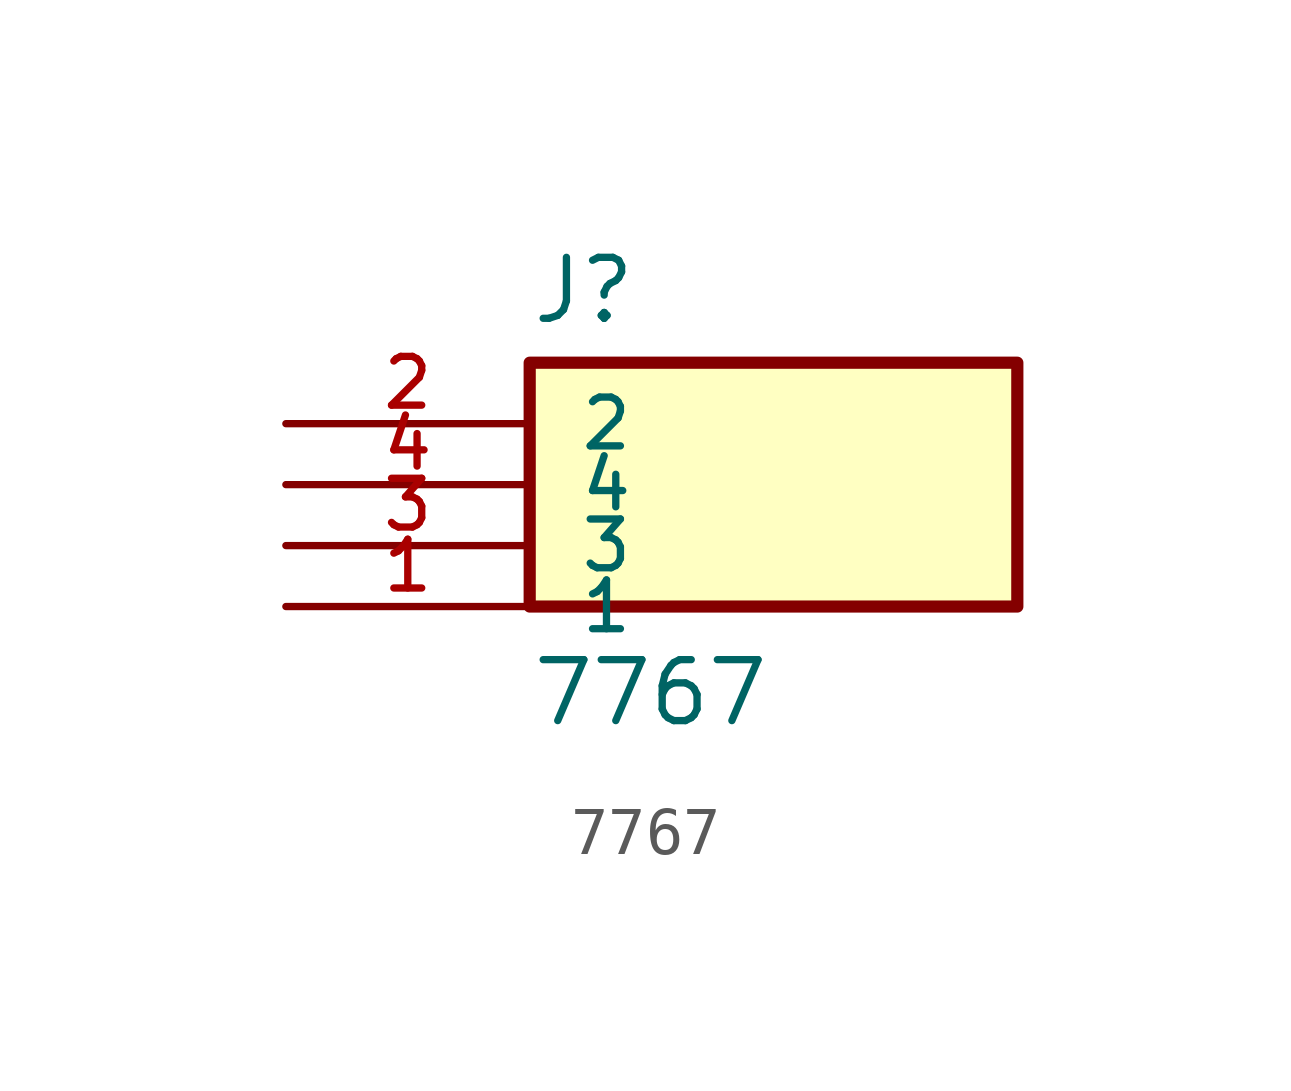
<source format=kicad_sym>
(kicad_symbol_lib
  (version 20211014)
  (generator kicad_symbol_editor)
  (symbol "7767"
    (pin_names
      (offset 1.016))
    (property "Reference" "J"
      (at -5.08 3.302 0)
      (effects (font (size 1.27 1.27)) (justify left bottom)))
    (property "Value" "7767"
      (at -5.08 -5.08 0)
      (effects (font (size 1.27 1.27)) (justify left bottom)))
    (symbol "7767_0_0"
      (rectangle (start -5.08 -2.54) (end 5.08 2.54) (stroke (width 0.254) (type default) (color 0 0 0 0)) (fill (type background)))
      (pin passive line (at -10.16 -2.54 0) (length 5.08) (name "1" (effects (font (size 1.016 1.016)))) (number "1" (effects (font (size 1.016 1.016)))))
      (pin passive line (at -10.16 1.27 0) (length 5.08) (name "2" (effects (font (size 1.016 1.016)))) (number "2" (effects (font (size 1.016 1.016)))))
      (pin passive line (at -10.16 -1.27 0) (length 5.08) (name "3" (effects (font (size 1.016 1.016)))) (number "3" (effects (font (size 1.016 1.016)))))
      (pin passive line (at -10.16 0 0) (length 5.08) (name "4" (effects (font (size 1.016 1.016)))) (number "4" (effects (font (size 1.016 1.016))))))))
</source>
